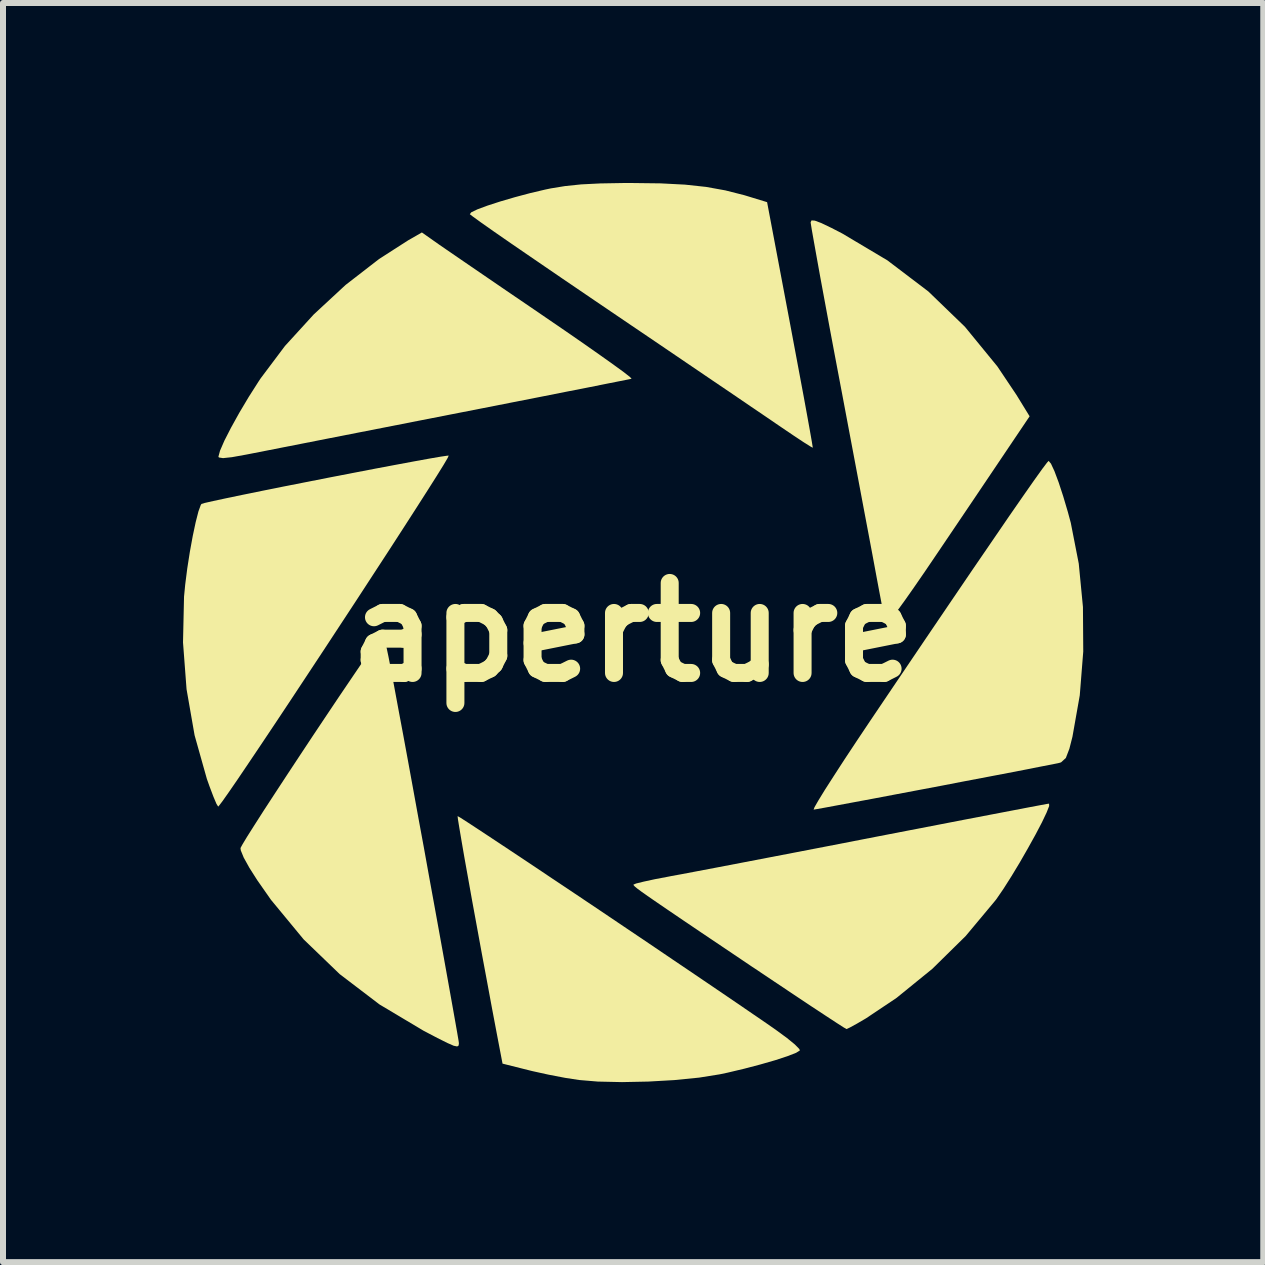
<source format=kicad_pcb>
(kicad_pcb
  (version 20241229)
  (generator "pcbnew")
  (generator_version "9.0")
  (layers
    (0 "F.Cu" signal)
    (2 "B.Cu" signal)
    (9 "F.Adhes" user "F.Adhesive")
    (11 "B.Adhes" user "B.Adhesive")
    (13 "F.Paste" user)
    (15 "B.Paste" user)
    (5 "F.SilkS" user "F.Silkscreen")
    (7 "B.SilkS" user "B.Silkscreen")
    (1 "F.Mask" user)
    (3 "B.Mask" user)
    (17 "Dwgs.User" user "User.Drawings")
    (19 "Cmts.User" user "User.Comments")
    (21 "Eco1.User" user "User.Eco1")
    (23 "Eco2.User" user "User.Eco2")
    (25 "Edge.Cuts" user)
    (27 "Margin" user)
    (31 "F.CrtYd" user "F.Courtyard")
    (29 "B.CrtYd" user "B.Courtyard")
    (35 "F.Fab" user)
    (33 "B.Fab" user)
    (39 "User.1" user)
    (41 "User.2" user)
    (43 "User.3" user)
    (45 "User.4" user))
  (footprint "aperture"
    (layer "F.Cu")
    (at 7.504 7.487)
    (property "Reference" "aperture" (at 0 0 0) (layer "F.SilkS") (effects (font (size 1.5 1.5) (thickness 0.3))))
    (attr board_only exclude_from_pos_files exclude_from_bom)
    (fp_poly (pts (xy 3.026 -6.86) (xy 3.133 -6.82) (xy 3.304 -6.738) (xy 3.484 -6.645) (xy 4.235 -6.198) (xy 4.917 -5.68) (xy 5.527 -5.091) (xy 6.068 -4.43) (xy 6.387 -3.954) (xy 6.605 -3.599) (xy 5.672 -2.213) (xy 5.35 -1.736) (xy 5.08 -1.336) (xy 4.857 -1.007) (xy 4.675 -0.743) (xy 4.531 -0.538) (xy 4.42 -0.385) (xy 4.337 -0.278) (xy 4.278 -0.212) (xy 4.239 -0.179) (xy 4.214 -0.174) (xy 4.199 -0.191) (xy 4.192 -0.213) (xy 4.172 -0.306) (xy 4.139 -0.473) (xy 4.098 -0.689) (xy 4.058 -0.902) (xy 4.028 -1.064) (xy 3.982 -1.312) (xy 3.921 -1.636) (xy 3.848 -2.022) (xy 3.766 -2.459) (xy 3.676 -2.936) (xy 3.581 -3.44) (xy 3.483 -3.96) (xy 3.454 -4.113) (xy 3.359 -4.615) (xy 3.27 -5.089) (xy 3.189 -5.526) (xy 3.117 -5.915) (xy 3.057 -6.248) (xy 3.009 -6.516) (xy 2.975 -6.708) (xy 2.958 -6.815) (xy 2.956 -6.834) (xy 2.971 -6.864)) (stroke (width 0) (type solid)) (fill yes) (layer "F.SilkS"))
    (fp_poly (pts (xy 6.961 -2.81) (xy 7.019 -2.685) (xy 7.089 -2.498) (xy 7.165 -2.266) (xy 7.242 -2.006) (xy 7.291 -1.825) (xy 7.424 -1.145) (xy 7.494 -0.421) (xy 7.499 0.321) (xy 7.441 1.051) (xy 7.319 1.741) (xy 7.268 1.941) (xy 7.209 2.095) (xy 7.129 2.168) (xy 7.1 2.177) (xy 6.991 2.2) (xy 6.804 2.236) (xy 6.552 2.286) (xy 6.247 2.345) (xy 5.901 2.411) (xy 5.527 2.482) (xy 5.139 2.557) (xy 4.748 2.631) (xy 4.367 2.703) (xy 4.009 2.771) (xy 3.687 2.831) (xy 3.413 2.882) (xy 3.199 2.922) (xy 3.059 2.947) (xy 3.005 2.956) (xy 3.02 2.916) (xy 3.085 2.803) (xy 3.194 2.625) (xy 3.343 2.393) (xy 3.523 2.115) (xy 3.731 1.801) (xy 3.939 1.49) (xy 4.429 0.764) (xy 4.88 0.097) (xy 5.291 -0.509) (xy 5.66 -1.052) (xy 5.986 -1.528) (xy 6.265 -1.936) (xy 6.498 -2.272) (xy 6.682 -2.535) (xy 6.815 -2.721) (xy 6.896 -2.828) (xy 6.922 -2.856)) (stroke (width 0) (type solid)) (fill yes) (layer "F.SilkS"))
    (fp_poly (pts (xy -3.229 -6.456) (xy -3.117 -6.379) (xy -2.935 -6.254) (xy -2.694 -6.089) (xy -2.406 -5.892) (xy -2.083 -5.671) (xy -1.736 -5.435) (xy -1.458 -5.245) (xy -1.119 -5.013) (xy -0.81 -4.799) (xy -0.541 -4.61) (xy -0.319 -4.452) (xy -0.153 -4.331) (xy -0.054 -4.253) (xy -0.028 -4.225) (xy -0.085 -4.213) (xy -0.231 -4.184) (xy -0.458 -4.139) (xy -0.757 -4.079) (xy -1.12 -4.008) (xy -1.538 -3.925) (xy -2.002 -3.834) (xy -2.504 -3.735) (xy -3.031 -3.632) (xy -3.577 -3.525) (xy -4.106 -3.421) (xy -4.607 -3.323) (xy -5.071 -3.232) (xy -5.487 -3.15) (xy -5.844 -3.08) (xy -6.133 -3.023) (xy -6.342 -2.982) (xy -6.45 -2.961) (xy -6.688 -2.918) (xy -6.837 -2.902) (xy -6.906 -2.913) (xy -6.914 -2.926) (xy -6.887 -3.026) (xy -6.815 -3.192) (xy -6.705 -3.407) (xy -6.567 -3.656) (xy -6.41 -3.92) (xy -6.243 -4.182) (xy -6.209 -4.233) (xy -5.805 -4.771) (xy -5.325 -5.297) (xy -4.795 -5.788) (xy -4.236 -6.221) (xy -3.753 -6.531) (xy -3.523 -6.663)) (stroke (width 0) (type solid)) (fill yes) (layer "F.SilkS"))
    (fp_poly (pts (xy 0.457 -7.481) (xy 0.862 -7.46) (xy 1.214 -7.422) (xy 1.535 -7.364) (xy 1.85 -7.284) (xy 1.929 -7.26) (xy 2.23 -7.168) (xy 2.616 -5.126) (xy 2.698 -4.688) (xy 2.774 -4.282) (xy 2.842 -3.918) (xy 2.899 -3.606) (xy 2.944 -3.357) (xy 2.975 -3.18) (xy 2.99 -3.087) (xy 2.991 -3.075) (xy 2.949 -3.098) (xy 2.838 -3.168) (xy 2.675 -3.276) (xy 2.474 -3.412) (xy 2.38 -3.476) (xy 2.206 -3.595) (xy 1.961 -3.761) (xy 1.659 -3.967) (xy 1.312 -4.202) (xy 0.932 -4.46) (xy 0.533 -4.731) (xy 0.126 -5.007) (xy -0.025 -5.109) (xy -0.65 -5.533) (xy -1.191 -5.901) (xy -1.65 -6.215) (xy -2.028 -6.474) (xy -2.324 -6.679) (xy -2.54 -6.831) (xy -2.675 -6.929) (xy -2.724 -6.967) (xy -2.701 -6.998) (xy -2.598 -7.048) (xy -2.431 -7.11) (xy -2.218 -7.179) (xy -1.976 -7.25) (xy -1.721 -7.318) (xy -1.471 -7.377) (xy -1.376 -7.397) (xy -1.137 -7.436) (xy -0.869 -7.464) (xy -0.55 -7.48) (xy -0.159 -7.487) (xy -0.025 -7.487)) (stroke (width 0) (type solid)) (fill yes) (layer "F.SilkS"))
    (fp_poly (pts (xy -4.153 0.076) (xy -4.121 0.211) (xy -4.08 0.406) (xy -4.034 0.642) (xy -4.025 0.686) (xy -3.972 0.972) (xy -3.908 1.317) (xy -3.834 1.712) (xy -3.754 2.146) (xy -3.669 2.611) (xy -3.581 3.095) (xy -3.49 3.588) (xy -3.401 4.082) (xy -3.313 4.564) (xy -3.229 5.027) (xy -3.151 5.459) (xy -3.081 5.85) (xy -3.02 6.191) (xy -2.97 6.472) (xy -2.933 6.682) (xy -2.911 6.811) (xy -2.906 6.85) (xy -2.911 6.888) (xy -2.935 6.903) (xy -2.993 6.891) (xy -3.098 6.845) (xy -3.264 6.762) (xy -3.495 6.641) (xy -4.229 6.203) (xy -4.893 5.697) (xy -5.494 5.118) (xy -6.038 4.459) (xy -6.266 4.133) (xy -6.397 3.927) (xy -6.492 3.756) (xy -6.541 3.636) (xy -6.546 3.596) (xy -6.513 3.535) (xy -6.434 3.404) (xy -6.313 3.213) (xy -6.159 2.972) (xy -5.977 2.693) (xy -5.776 2.386) (xy -5.561 2.06) (xy -5.34 1.726) (xy -5.119 1.395) (xy -4.906 1.077) (xy -4.707 0.783) (xy -4.53 0.522) (xy -4.38 0.305) (xy -4.266 0.143) (xy -4.194 0.045) (xy -4.171 0.021)) (stroke (width 0) (type solid)) (fill yes) (layer "F.SilkS"))
    (fp_poly (pts (xy -3.095 -2.902) (xy -3.164 -2.785) (xy -3.279 -2.6) (xy -3.433 -2.357) (xy -3.621 -2.063) (xy -3.838 -1.726) (xy -4.078 -1.355) (xy -4.337 -0.958) (xy -4.608 -0.542) (xy -4.887 -0.117) (xy -5.168 0.311) (xy -5.446 0.732) (xy -5.715 1.139) (xy -5.97 1.523) (xy -6.206 1.876) (xy -6.417 2.19) (xy -6.598 2.458) (xy -6.744 2.67) (xy -6.849 2.819) (xy -6.908 2.896) (xy -6.918 2.905) (xy -6.946 2.861) (xy -6.996 2.743) (xy -7.062 2.569) (xy -7.107 2.442) (xy -7.311 1.717) (xy -7.445 0.949) (xy -7.504 0.169) (xy -7.487 -0.593) (xy -7.467 -0.798) (xy -7.433 -1.065) (xy -7.39 -1.34) (xy -7.342 -1.603) (xy -7.293 -1.834) (xy -7.247 -2.014) (xy -7.208 -2.121) (xy -7.197 -2.138) (xy -7.142 -2.155) (xy -7.001 -2.187) (xy -6.787 -2.233) (xy -6.513 -2.29) (xy -6.19 -2.356) (xy -5.832 -2.428) (xy -5.451 -2.503) (xy -5.06 -2.58) (xy -4.672 -2.655) (xy -4.298 -2.727) (xy -3.953 -2.792) (xy -3.647 -2.849) (xy -3.394 -2.895) (xy -3.207 -2.927) (xy -3.098 -2.943) (xy -3.076 -2.944)) (stroke (width 0) (type solid)) (fill yes) (layer "F.SilkS"))
    (fp_poly (pts (xy -2.885 3.088) (xy -2.768 3.163) (xy -2.585 3.283) (xy -2.344 3.442) (xy -2.053 3.635) (xy -1.722 3.855) (xy -1.358 4.099) (xy -0.97 4.358) (xy -0.566 4.629) (xy -0.155 4.906) (xy 0.255 5.182) (xy 0.655 5.453) (xy 1.038 5.712) (xy 1.395 5.954) (xy 1.717 6.173) (xy 1.996 6.364) (xy 2.224 6.52) (xy 2.391 6.637) (xy 2.561 6.762) (xy 2.692 6.869) (xy 2.766 6.944) (xy 2.777 6.969) (xy 2.713 7.009) (xy 2.569 7.065) (xy 2.365 7.132) (xy 2.118 7.203) (xy 1.848 7.274) (xy 1.574 7.339) (xy 1.442 7.367) (xy 1.098 7.422) (xy 0.689 7.463) (xy 0.25 7.488) (xy -0.188 7.497) (xy -0.592 7.488) (xy -0.902 7.462) (xy -1.136 7.426) (xy -1.412 7.373) (xy -1.68 7.314) (xy -1.729 7.302) (xy -2.179 7.189) (xy -2.27 6.713) (xy -2.355 6.264) (xy -2.44 5.805) (xy -2.525 5.35) (xy -2.606 4.907) (xy -2.683 4.488) (xy -2.752 4.102) (xy -2.813 3.762) (xy -2.862 3.478) (xy -2.899 3.259) (xy -2.922 3.118) (xy -2.928 3.064) (xy -2.928 3.064)) (stroke (width 0) (type solid)) (fill yes) (layer "F.SilkS"))
    (fp_poly (pts (xy 6.931 2.896) (xy 6.888 3.005) (xy 6.81 3.169) (xy 6.703 3.373) (xy 6.577 3.6) (xy 6.441 3.837) (xy 6.302 4.067) (xy 6.17 4.275) (xy 6.052 4.447) (xy 6.03 4.475) (xy 5.54 5.062) (xy 4.985 5.608) (xy 4.387 6.094) (xy 3.879 6.434) (xy 3.727 6.523) (xy 3.61 6.587) (xy 3.554 6.613) (xy 3.554 6.613) (xy 3.507 6.586) (xy 3.387 6.509) (xy 3.202 6.388) (xy 2.962 6.23) (xy 2.677 6.04) (xy 2.355 5.825) (xy 2.006 5.591) (xy 1.975 5.571) (xy 1.518 5.263) (xy 1.137 5.007) (xy 0.825 4.796) (xy 0.576 4.627) (xy 0.383 4.495) (xy 0.238 4.395) (xy 0.135 4.322) (xy 0.066 4.271) (xy 0.026 4.238) (xy 0.007 4.217) (xy 0.002 4.206) (xy 0.047 4.187) (xy 0.173 4.156) (xy 0.362 4.115) (xy 0.594 4.071) (xy 0.639 4.062) (xy 0.809 4.031) (xy 1.067 3.982) (xy 1.399 3.919) (xy 1.795 3.843) (xy 2.243 3.757) (xy 2.732 3.663) (xy 3.25 3.563) (xy 3.785 3.459) (xy 4.083 3.401) (xy 4.6 3.301) (xy 5.087 3.207) (xy 5.536 3.12) (xy 5.938 3.043) (xy 6.283 2.977) (xy 6.564 2.923) (xy 6.771 2.884) (xy 6.895 2.861) (xy 6.929 2.856)) (stroke (width 0) (type solid)) (fill yes) (layer "F.SilkS")))
  (gr_rect
    (start -3 -3)
    (end 18.003 17.984)
    (stroke (width 0.1) (type default))
    (fill no)
    (layer "Edge.Cuts")))
</source>
